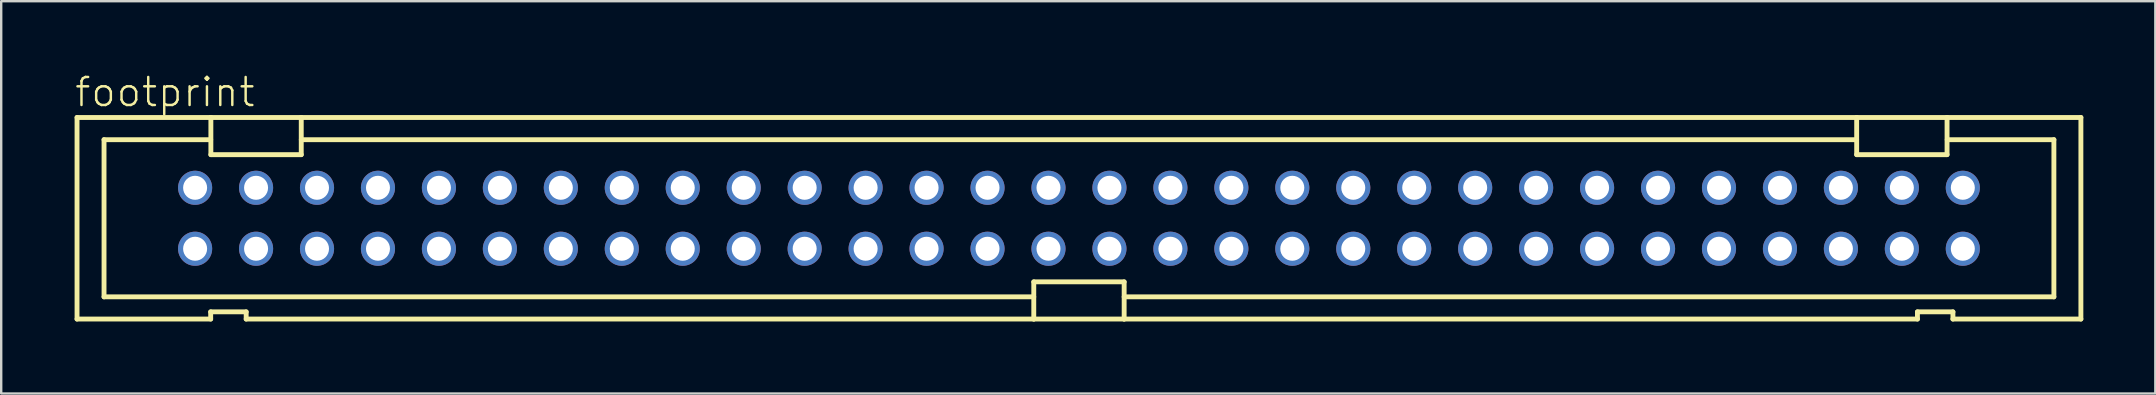
<source format=kicad_pcb>
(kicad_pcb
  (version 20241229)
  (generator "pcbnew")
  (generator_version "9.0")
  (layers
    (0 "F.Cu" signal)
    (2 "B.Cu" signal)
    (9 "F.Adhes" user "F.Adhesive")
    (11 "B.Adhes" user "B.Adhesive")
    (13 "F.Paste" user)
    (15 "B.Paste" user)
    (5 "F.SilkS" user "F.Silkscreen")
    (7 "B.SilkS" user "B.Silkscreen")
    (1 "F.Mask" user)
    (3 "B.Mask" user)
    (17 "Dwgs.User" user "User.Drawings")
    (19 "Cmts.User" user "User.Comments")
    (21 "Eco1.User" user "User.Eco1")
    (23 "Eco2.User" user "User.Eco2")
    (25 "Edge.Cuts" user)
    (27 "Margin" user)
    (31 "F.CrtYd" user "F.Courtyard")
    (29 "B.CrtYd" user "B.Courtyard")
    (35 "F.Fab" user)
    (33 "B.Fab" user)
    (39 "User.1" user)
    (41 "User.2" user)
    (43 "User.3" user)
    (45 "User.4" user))
  (footprint "footprint"
    (layer "F.Cu")
    (at 41.91 6.045)
    (property "Reference" "footprint" (at -41.91 -4.572 0) (layer "F.SilkS") (effects (font (size 1.168 1.168) (thickness 0.102)) (justify left bottom)))
    (fp_line (start -41.75 -4.2) (end -36.173 -4.2) (stroke (width 0.203) (type solid)) (layer "F.SilkS"))
    (fp_line (start -41.75 4.2) (end -41.75 -4.2) (stroke (width 0.203) (type solid)) (layer "F.SilkS"))
    (fp_line (start -40.625 -3.275) (end -36.18 -3.275) (stroke (width 0.203) (type solid)) (layer "F.SilkS"))
    (fp_line (start -40.625 3.275) (end -40.625 -3.275) (stroke (width 0.203) (type solid)) (layer "F.SilkS"))
    (fp_line (start -36.181 3.9) (end -36.181 4.2) (stroke (width 0.203) (type solid)) (layer "F.SilkS"))
    (fp_line (start -36.181 4.2) (end -41.75 4.2) (stroke (width 0.203) (type solid)) (layer "F.SilkS"))
    (fp_line (start -36.173 -4.2) (end -36.173 -2.65) (stroke (width 0.203) (type solid)) (layer "F.SilkS"))
    (fp_line (start -36.173 -4.2) (end -32.407 -4.2) (stroke (width 0.203) (type solid)) (layer "F.SilkS"))
    (fp_line (start -36.173 -2.65) (end -32.407 -2.65) (stroke (width 0.203) (type solid)) (layer "F.SilkS"))
    (fp_line (start -34.702 3.9) (end -36.181 3.9) (stroke (width 0.203) (type solid)) (layer "F.SilkS"))
    (fp_line (start -34.702 4.2) (end -34.702 3.9) (stroke (width 0.203) (type solid)) (layer "F.SilkS"))
    (fp_line (start -32.407 -4.2) (end 32.407 -4.2) (stroke (width 0.203) (type solid)) (layer "F.SilkS"))
    (fp_line (start -32.407 -2.65) (end -32.407 -4.2) (stroke (width 0.203) (type solid)) (layer "F.SilkS"))
    (fp_line (start -32.405 -3.275) (end 32.405 -3.275) (stroke (width 0.203) (type solid)) (layer "F.SilkS"))
    (fp_line (start -1.883 2.65) (end -1.883 4.2) (stroke (width 0.203) (type solid)) (layer "F.SilkS"))
    (fp_line (start -1.883 3.275) (end -40.625 3.275) (stroke (width 0.203) (type solid)) (layer "F.SilkS"))
    (fp_line (start -1.883 4.2) (end -34.702 4.2) (stroke (width 0.203) (type solid)) (layer "F.SilkS"))
    (fp_line (start 1.883 2.65) (end -1.883 2.65) (stroke (width 0.203) (type solid)) (layer "F.SilkS"))
    (fp_line (start 1.883 4.2) (end -1.883 4.2) (stroke (width 0.203) (type solid)) (layer "F.SilkS"))
    (fp_line (start 1.883 4.2) (end 1.883 2.65) (stroke (width 0.203) (type solid)) (layer "F.SilkS"))
    (fp_line (start 32.407 -4.2) (end 32.407 -2.65) (stroke (width 0.203) (type solid)) (layer "F.SilkS"))
    (fp_line (start 32.407 -4.2) (end 36.173 -4.2) (stroke (width 0.203) (type solid)) (layer "F.SilkS"))
    (fp_line (start 32.407 -2.65) (end 36.173 -2.65) (stroke (width 0.203) (type solid)) (layer "F.SilkS"))
    (fp_line (start 34.939 3.9) (end 34.939 4.2) (stroke (width 0.203) (type solid)) (layer "F.SilkS"))
    (fp_line (start 34.939 4.2) (end 1.883 4.2) (stroke (width 0.203) (type solid)) (layer "F.SilkS"))
    (fp_line (start 36.173 -4.2) (end 41.75 -4.2) (stroke (width 0.203) (type solid)) (layer "F.SilkS"))
    (fp_line (start 36.173 -2.65) (end 36.173 -4.2) (stroke (width 0.203) (type solid)) (layer "F.SilkS"))
    (fp_line (start 36.18 -3.275) (end 40.625 -3.275) (stroke (width 0.203) (type solid)) (layer "F.SilkS"))
    (fp_line (start 36.418 3.9) (end 34.939 3.9) (stroke (width 0.203) (type solid)) (layer "F.SilkS"))
    (fp_line (start 36.418 4.2) (end 36.418 3.9) (stroke (width 0.203) (type solid)) (layer "F.SilkS"))
    (fp_line (start 40.625 -3.275) (end 40.625 3.275) (stroke (width 0.203) (type solid)) (layer "F.SilkS"))
    (fp_line (start 40.625 3.275) (end 1.883 3.275) (stroke (width 0.203) (type solid)) (layer "F.SilkS"))
    (fp_line (start 41.75 -4.2) (end 41.75 4.2) (stroke (width 0.203) (type solid)) (layer "F.SilkS"))
    (fp_line (start 41.75 4.2) (end 36.418 4.2) (stroke (width 0.203) (type solid)) (layer "F.SilkS"))
    (pad "1" thru_hole circle (at -36.83 1.27) (size 1.422 1.422) (drill 1) (layers "*.Cu" "*.Mask"))
    (pad "2" thru_hole circle (at -36.83 -1.27) (size 1.422 1.422) (drill 1) (layers "*.Cu" "*.Mask"))
    (pad "3" thru_hole circle (at -34.29 1.27) (size 1.422 1.422) (drill 1) (layers "*.Cu" "*.Mask"))
    (pad "4" thru_hole circle (at -34.29 -1.27) (size 1.422 1.422) (drill 1) (layers "*.Cu" "*.Mask"))
    (pad "5" thru_hole circle (at -31.75 1.27) (size 1.422 1.422) (drill 1) (layers "*.Cu" "*.Mask"))
    (pad "6" thru_hole circle (at -31.75 -1.27) (size 1.422 1.422) (drill 1) (layers "*.Cu" "*.Mask"))
    (pad "7" thru_hole circle (at -29.21 1.27) (size 1.422 1.422) (drill 1) (layers "*.Cu" "*.Mask"))
    (pad "8" thru_hole circle (at -29.21 -1.27) (size 1.422 1.422) (drill 1) (layers "*.Cu" "*.Mask"))
    (pad "9" thru_hole circle (at -26.67 1.27) (size 1.422 1.422) (drill 1) (layers "*.Cu" "*.Mask"))
    (pad "10" thru_hole circle (at -26.67 -1.27) (size 1.422 1.422) (drill 1) (layers "*.Cu" "*.Mask"))
    (pad "11" thru_hole circle (at -24.13 1.27) (size 1.422 1.422) (drill 1) (layers "*.Cu" "*.Mask"))
    (pad "12" thru_hole circle (at -24.13 -1.27) (size 1.422 1.422) (drill 1) (layers "*.Cu" "*.Mask"))
    (pad "13" thru_hole circle (at -21.59 1.27) (size 1.422 1.422) (drill 1) (layers "*.Cu" "*.Mask"))
    (pad "14" thru_hole circle (at -21.59 -1.27) (size 1.422 1.422) (drill 1) (layers "*.Cu" "*.Mask"))
    (pad "15" thru_hole circle (at -19.05 1.27) (size 1.422 1.422) (drill 1) (layers "*.Cu" "*.Mask"))
    (pad "16" thru_hole circle (at -19.05 -1.27) (size 1.422 1.422) (drill 1) (layers "*.Cu" "*.Mask"))
    (pad "17" thru_hole circle (at -16.51 1.27) (size 1.422 1.422) (drill 1) (layers "*.Cu" "*.Mask"))
    (pad "18" thru_hole circle (at -16.51 -1.27) (size 1.422 1.422) (drill 1) (layers "*.Cu" "*.Mask"))
    (pad "19" thru_hole circle (at -13.97 1.27) (size 1.422 1.422) (drill 1) (layers "*.Cu" "*.Mask"))
    (pad "20" thru_hole circle (at -13.97 -1.27) (size 1.422 1.422) (drill 1) (layers "*.Cu" "*.Mask"))
    (pad "21" thru_hole circle (at -11.43 1.27) (size 1.422 1.422) (drill 1) (layers "*.Cu" "*.Mask"))
    (pad "22" thru_hole circle (at -11.43 -1.27) (size 1.422 1.422) (drill 1) (layers "*.Cu" "*.Mask"))
    (pad "23" thru_hole circle (at -8.89 1.27) (size 1.422 1.422) (drill 1) (layers "*.Cu" "*.Mask"))
    (pad "24" thru_hole circle (at -8.89 -1.27) (size 1.422 1.422) (drill 1) (layers "*.Cu" "*.Mask"))
    (pad "25" thru_hole circle (at -6.35 1.27) (size 1.422 1.422) (drill 1) (layers "*.Cu" "*.Mask"))
    (pad "26" thru_hole circle (at -6.35 -1.27) (size 1.422 1.422) (drill 1) (layers "*.Cu" "*.Mask"))
    (pad "27" thru_hole circle (at -3.81 1.27) (size 1.422 1.422) (drill 1) (layers "*.Cu" "*.Mask"))
    (pad "28" thru_hole circle (at -3.81 -1.27) (size 1.422 1.422) (drill 1) (layers "*.Cu" "*.Mask"))
    (pad "29" thru_hole circle (at -1.27 1.27) (size 1.422 1.422) (drill 1) (layers "*.Cu" "*.Mask"))
    (pad "30" thru_hole circle (at -1.27 -1.27) (size 1.422 1.422) (drill 1) (layers "*.Cu" "*.Mask"))
    (pad "31" thru_hole circle (at 1.27 1.27) (size 1.422 1.422) (drill 1) (layers "*.Cu" "*.Mask"))
    (pad "32" thru_hole circle (at 1.27 -1.27) (size 1.422 1.422) (drill 1) (layers "*.Cu" "*.Mask"))
    (pad "33" thru_hole circle (at 3.81 1.27) (size 1.422 1.422) (drill 1) (layers "*.Cu" "*.Mask"))
    (pad "34" thru_hole circle (at 3.81 -1.27) (size 1.422 1.422) (drill 1) (layers "*.Cu" "*.Mask"))
    (pad "35" thru_hole circle (at 6.35 1.27) (size 1.422 1.422) (drill 1) (layers "*.Cu" "*.Mask"))
    (pad "36" thru_hole circle (at 6.35 -1.27) (size 1.422 1.422) (drill 1) (layers "*.Cu" "*.Mask"))
    (pad "37" thru_hole circle (at 8.89 1.27) (size 1.422 1.422) (drill 1) (layers "*.Cu" "*.Mask"))
    (pad "38" thru_hole circle (at 8.89 -1.27) (size 1.422 1.422) (drill 1) (layers "*.Cu" "*.Mask"))
    (pad "39" thru_hole circle (at 11.43 1.27) (size 1.422 1.422) (drill 1) (layers "*.Cu" "*.Mask"))
    (pad "40" thru_hole circle (at 11.43 -1.27) (size 1.422 1.422) (drill 1) (layers "*.Cu" "*.Mask"))
    (pad "41" thru_hole circle (at 13.97 1.27) (size 1.422 1.422) (drill 1) (layers "*.Cu" "*.Mask"))
    (pad "42" thru_hole circle (at 13.97 -1.27) (size 1.422 1.422) (drill 1) (layers "*.Cu" "*.Mask"))
    (pad "43" thru_hole circle (at 16.51 1.27) (size 1.422 1.422) (drill 1) (layers "*.Cu" "*.Mask"))
    (pad "44" thru_hole circle (at 16.51 -1.27) (size 1.422 1.422) (drill 1) (layers "*.Cu" "*.Mask"))
    (pad "45" thru_hole circle (at 19.05 1.27) (size 1.422 1.422) (drill 1) (layers "*.Cu" "*.Mask"))
    (pad "46" thru_hole circle (at 19.05 -1.27) (size 1.422 1.422) (drill 1) (layers "*.Cu" "*.Mask"))
    (pad "47" thru_hole circle (at 21.59 1.27) (size 1.422 1.422) (drill 1) (layers "*.Cu" "*.Mask"))
    (pad "48" thru_hole circle (at 21.59 -1.27) (size 1.422 1.422) (drill 1) (layers "*.Cu" "*.Mask"))
    (pad "49" thru_hole circle (at 24.13 1.27) (size 1.422 1.422) (drill 1) (layers "*.Cu" "*.Mask"))
    (pad "50" thru_hole circle (at 24.13 -1.27) (size 1.422 1.422) (drill 1) (layers "*.Cu" "*.Mask"))
    (pad "51" thru_hole circle (at 26.67 1.27) (size 1.422 1.422) (drill 1) (layers "*.Cu" "*.Mask"))
    (pad "52" thru_hole circle (at 26.67 -1.27) (size 1.422 1.422) (drill 1) (layers "*.Cu" "*.Mask"))
    (pad "53" thru_hole circle (at 29.21 1.27) (size 1.422 1.422) (drill 1) (layers "*.Cu" "*.Mask"))
    (pad "54" thru_hole circle (at 29.21 -1.27) (size 1.422 1.422) (drill 1) (layers "*.Cu" "*.Mask"))
    (pad "55" thru_hole circle (at 31.75 1.27) (size 1.422 1.422) (drill 1) (layers "*.Cu" "*.Mask"))
    (pad "56" thru_hole circle (at 31.75 -1.27) (size 1.422 1.422) (drill 1) (layers "*.Cu" "*.Mask"))
    (pad "57" thru_hole circle (at 34.29 1.27) (size 1.422 1.422) (drill 1) (layers "*.Cu" "*.Mask"))
    (pad "58" thru_hole circle (at 34.29 -1.27) (size 1.422 1.422) (drill 1) (layers "*.Cu" "*.Mask"))
    (pad "59" thru_hole circle (at 36.83 1.27) (size 1.422 1.422) (drill 1) (layers "*.Cu" "*.Mask"))
    (pad "60" thru_hole circle (at 36.83 -1.27) (size 1.422 1.422) (drill 1) (layers "*.Cu" "*.Mask")))
  (gr_rect
    (start -3 -3)
    (end 86.762 13.347)
    (stroke (width 0.1) (type default))
    (fill no)
    (layer "Edge.Cuts")))
</source>
